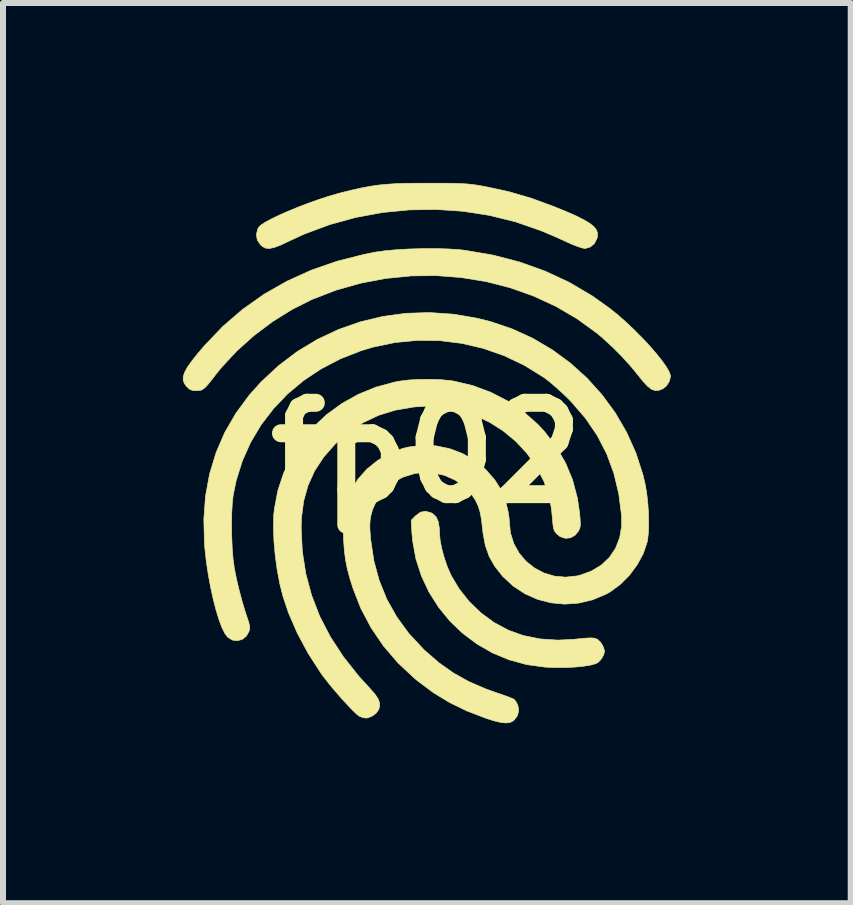
<source format=kicad_pcb>
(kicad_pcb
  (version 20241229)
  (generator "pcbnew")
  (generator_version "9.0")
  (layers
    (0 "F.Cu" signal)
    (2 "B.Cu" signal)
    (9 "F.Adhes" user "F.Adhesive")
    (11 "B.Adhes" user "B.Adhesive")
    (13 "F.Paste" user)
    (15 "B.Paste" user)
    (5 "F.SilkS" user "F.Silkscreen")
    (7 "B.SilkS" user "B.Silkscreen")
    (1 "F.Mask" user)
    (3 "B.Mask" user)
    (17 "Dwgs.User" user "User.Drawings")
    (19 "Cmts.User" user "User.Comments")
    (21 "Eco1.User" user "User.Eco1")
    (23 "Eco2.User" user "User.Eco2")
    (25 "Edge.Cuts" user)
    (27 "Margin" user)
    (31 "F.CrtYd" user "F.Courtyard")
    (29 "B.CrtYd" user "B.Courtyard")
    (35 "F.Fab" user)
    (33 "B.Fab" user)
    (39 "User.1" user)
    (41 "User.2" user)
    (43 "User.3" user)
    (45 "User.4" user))
  (footprint "fp02"
    (layer "F.Cu")
    (at 4.067 4.501)
    (property "Reference" "fp02" (at 0 0 0) (layer "F.SilkS") (effects (font (size 1.524 1.524) (thickness 0.3))))
    (attr through_hole)
    (fp_poly (pts (xy 0.07 0.999) (xy 0.099 1.015) (xy 0.155 1.067) (xy 0.191 1.147) (xy 0.209 1.258) (xy 0.212 1.336) (xy 0.222 1.455) (xy 0.249 1.597) (xy 0.291 1.75) (xy 0.343 1.902) (xy 0.403 2.038) (xy 0.404 2.041) (xy 0.541 2.272) (xy 0.71 2.484) (xy 0.906 2.672) (xy 1.124 2.831) (xy 1.359 2.957) (xy 1.605 3.046) (xy 1.606 3.046) (xy 1.888 3.103) (xy 2.183 3.123) (xy 2.448 3.11) (xy 2.575 3.097) (xy 2.668 3.089) (xy 2.733 3.086) (xy 2.78 3.089) (xy 2.815 3.097) (xy 2.845 3.11) (xy 2.849 3.113) (xy 2.895 3.155) (xy 2.936 3.22) (xy 2.96 3.289) (xy 2.963 3.316) (xy 2.947 3.375) (xy 2.908 3.441) (xy 2.858 3.494) (xy 2.824 3.514) (xy 2.731 3.54) (xy 2.604 3.56) (xy 2.454 3.574) (xy 2.288 3.581) (xy 2.117 3.58) (xy 1.968 3.573) (xy 1.664 3.531) (xy 1.371 3.451) (xy 1.094 3.336) (xy 0.836 3.187) (xy 0.598 3.009) (xy 0.384 2.804) (xy 0.196 2.574) (xy 0.037 2.323) (xy -0.09 2.053) (xy -0.182 1.767) (xy -0.236 1.468) (xy -0.248 1.34) (xy -0.26 1.124) (xy -0.185 1.049) (xy -0.105 0.99) (xy -0.02 0.974) (xy 0.07 0.999)) (stroke (width 0.01) (type solid)) (fill yes) (layer "F.SilkS"))
    (fp_poly (pts (xy 0.208 -4.496) (xy 0.359 -4.495) (xy 0.482 -4.493) (xy 0.582 -4.489) (xy 0.668 -4.484) (xy 0.746 -4.476) (xy 0.822 -4.466) (xy 0.904 -4.452) (xy 0.974 -4.44) (xy 1.363 -4.356) (xy 1.744 -4.245) (xy 2.127 -4.104) (xy 2.328 -4.022) (xy 2.491 -3.95) (xy 2.62 -3.885) (xy 2.717 -3.827) (xy 2.785 -3.773) (xy 2.827 -3.72) (xy 2.847 -3.666) (xy 2.846 -3.61) (xy 2.839 -3.577) (xy 2.795 -3.491) (xy 2.728 -3.433) (xy 2.645 -3.408) (xy 2.635 -3.408) (xy 2.587 -3.417) (xy 2.512 -3.442) (xy 2.419 -3.478) (xy 2.336 -3.516) (xy 2.217 -3.57) (xy 2.085 -3.628) (xy 1.959 -3.682) (xy 1.894 -3.708) (xy 1.477 -3.853) (xy 1.046 -3.959) (xy 0.604 -4.028) (xy 0.156 -4.058) (xy -0.293 -4.051) (xy -0.742 -4.007) (xy -1.184 -3.925) (xy -1.618 -3.806) (xy -2.038 -3.65) (xy -2.31 -3.525) (xy -2.44 -3.463) (xy -2.542 -3.425) (xy -2.621 -3.408) (xy -2.684 -3.412) (xy -2.737 -3.438) (xy -2.774 -3.47) (xy -2.827 -3.55) (xy -2.842 -3.641) (xy -2.818 -3.734) (xy -2.802 -3.763) (xy -2.762 -3.801) (xy -2.687 -3.849) (xy -2.583 -3.904) (xy -2.455 -3.966) (xy -2.309 -4.03) (xy -2.149 -4.096) (xy -1.982 -4.16) (xy -1.814 -4.22) (xy -1.649 -4.274) (xy -1.493 -4.32) (xy -1.425 -4.338) (xy -1.247 -4.382) (xy -1.09 -4.417) (xy -0.945 -4.444) (xy -0.805 -4.465) (xy -0.66 -4.479) (xy -0.503 -4.489) (xy -0.325 -4.494) (xy -0.118 -4.496) (xy 0.021 -4.496) (xy 0.208 -4.496)) (stroke (width 0.01) (type solid)) (fill yes) (layer "F.SilkS"))
    (fp_poly (pts (xy 0.356 -3.4) (xy 0.541 -3.388) (xy 0.635 -3.377) (xy 1.105 -3.297) (xy 1.551 -3.181) (xy 1.975 -3.029) (xy 2.376 -2.842) (xy 2.755 -2.619) (xy 3.051 -2.408) (xy 3.188 -2.298) (xy 3.327 -2.175) (xy 3.464 -2.045) (xy 3.596 -1.912) (xy 3.719 -1.78) (xy 3.829 -1.653) (xy 3.922 -1.536) (xy 3.995 -1.433) (xy 4.043 -1.348) (xy 4.064 -1.285) (xy 4.064 -1.277) (xy 4.045 -1.194) (xy 3.997 -1.117) (xy 3.938 -1.069) (xy 3.869 -1.042) (xy 3.807 -1.038) (xy 3.745 -1.061) (xy 3.679 -1.113) (xy 3.601 -1.197) (xy 3.537 -1.278) (xy 3.408 -1.436) (xy 3.256 -1.604) (xy 3.091 -1.769) (xy 2.928 -1.919) (xy 2.84 -1.993) (xy 2.507 -2.235) (xy 2.153 -2.442) (xy 1.779 -2.615) (xy 1.389 -2.753) (xy 0.987 -2.856) (xy 0.575 -2.923) (xy 0.157 -2.955) (xy -0.264 -2.95) (xy -0.685 -2.908) (xy -1.102 -2.829) (xy -1.512 -2.713) (xy -1.913 -2.558) (xy -1.916 -2.557) (xy -2.248 -2.39) (xy -2.572 -2.188) (xy -2.881 -1.956) (xy -3.167 -1.7) (xy -3.422 -1.426) (xy -3.514 -1.312) (xy -3.593 -1.21) (xy -3.652 -1.137) (xy -3.698 -1.088) (xy -3.735 -1.059) (xy -3.769 -1.043) (xy -3.806 -1.038) (xy -3.843 -1.037) (xy -3.912 -1.042) (xy -3.96 -1.064) (xy -4.003 -1.103) (xy -4.042 -1.155) (xy -4.062 -1.209) (xy -4.062 -1.27) (xy -4.039 -1.341) (xy -3.993 -1.426) (xy -3.92 -1.529) (xy -3.821 -1.654) (xy -3.702 -1.793) (xy -3.399 -2.11) (xy -3.069 -2.394) (xy -2.713 -2.645) (xy -2.332 -2.862) (xy -1.926 -3.046) (xy -1.494 -3.196) (xy -1.038 -3.311) (xy -0.857 -3.347) (xy -0.697 -3.369) (xy -0.505 -3.387) (xy -0.293 -3.399) (xy -0.072 -3.405) (xy 0.148 -3.406) (xy 0.356 -3.4)) (stroke (width 0.01) (type solid)) (fill yes) (layer "F.SilkS"))
    (fp_poly (pts (xy 0.231 -1.22) (xy 0.39 -1.205) (xy 0.451 -1.196) (xy 0.767 -1.121) (xy 1.07 -1.008) (xy 1.355 -0.861) (xy 1.618 -0.681) (xy 1.854 -0.472) (xy 1.96 -0.358) (xy 2.156 -0.102) (xy 2.313 0.167) (xy 2.431 0.452) (xy 2.511 0.754) (xy 2.546 0.99) (xy 2.556 1.096) (xy 2.56 1.17) (xy 2.559 1.221) (xy 2.551 1.258) (xy 2.536 1.292) (xy 2.532 1.3) (xy 2.471 1.376) (xy 2.393 1.418) (xy 2.307 1.425) (xy 2.222 1.396) (xy 2.174 1.358) (xy 2.144 1.326) (xy 2.124 1.292) (xy 2.111 1.248) (xy 2.102 1.181) (xy 2.094 1.086) (xy 2.083 0.976) (xy 2.067 0.864) (xy 2.049 0.768) (xy 2.042 0.74) (xy 1.954 0.478) (xy 1.829 0.234) (xy 1.672 0.011) (xy 1.487 -0.189) (xy 1.276 -0.364) (xy 1.044 -0.511) (xy 0.794 -0.628) (xy 0.529 -0.713) (xy 0.253 -0.763) (xy -0.03 -0.777) (xy -0.22 -0.764) (xy -0.524 -0.712) (xy -0.803 -0.626) (xy -1.062 -0.504) (xy -1.301 -0.346) (xy -1.525 -0.15) (xy -1.535 -0.139) (xy -1.722 0.074) (xy -1.87 0.301) (xy -1.98 0.543) (xy -2.053 0.803) (xy -2.09 1.083) (xy -2.095 1.253) (xy -2.076 1.641) (xy -2.018 2.015) (xy -1.921 2.376) (xy -1.785 2.727) (xy -1.609 3.067) (xy -1.392 3.399) (xy -1.135 3.724) (xy -0.957 3.919) (xy -0.871 4.016) (xy -0.816 4.095) (xy -0.789 4.163) (xy -0.787 4.227) (xy -0.802 4.281) (xy -0.843 4.339) (xy -0.909 4.389) (xy -0.982 4.419) (xy -1.016 4.423) (xy -1.074 4.412) (xy -1.126 4.391) (xy -1.167 4.36) (xy -1.229 4.301) (xy -1.306 4.222) (xy -1.393 4.128) (xy -1.484 4.024) (xy -1.575 3.918) (xy -1.659 3.815) (xy -1.731 3.722) (xy -1.76 3.682) (xy -1.975 3.35) (xy -2.158 3.01) (xy -2.306 2.669) (xy -2.399 2.391) (xy -2.452 2.18) (xy -2.495 1.949) (xy -2.528 1.708) (xy -2.549 1.469) (xy -2.557 1.242) (xy -2.552 1.037) (xy -2.542 0.938) (xy -2.484 0.63) (xy -2.387 0.337) (xy -2.254 0.061) (xy -2.089 -0.195) (xy -1.893 -0.429) (xy -1.668 -0.639) (xy -1.418 -0.821) (xy -1.145 -0.974) (xy -0.852 -1.094) (xy -0.54 -1.179) (xy -0.451 -1.196) (xy -0.304 -1.214) (xy -0.132 -1.224) (xy 0.051 -1.226) (xy 0.231 -1.22)) (stroke (width 0.01) (type solid)) (fill yes) (layer "F.SilkS"))
    (fp_poly (pts (xy 0.445 -2.312) (xy 0.842 -2.244) (xy 1.058 -2.19) (xy 1.423 -2.067) (xy 1.77 -1.908) (xy 2.095 -1.716) (xy 2.398 -1.493) (xy 2.676 -1.241) (xy 2.926 -0.963) (xy 3.146 -0.662) (xy 3.333 -0.34) (xy 3.486 0.001) (xy 3.602 0.358) (xy 3.641 0.524) (xy 3.667 0.672) (xy 3.685 0.836) (xy 3.697 1.006) (xy 3.7 1.172) (xy 3.696 1.322) (xy 3.683 1.446) (xy 3.674 1.49) (xy 3.61 1.68) (xy 3.509 1.866) (xy 3.38 2.04) (xy 3.228 2.193) (xy 3.06 2.317) (xy 2.991 2.356) (xy 2.764 2.451) (xy 2.532 2.506) (xy 2.299 2.523) (xy 2.069 2.501) (xy 1.846 2.443) (xy 1.636 2.35) (xy 1.441 2.222) (xy 1.266 2.06) (xy 1.132 1.89) (xy 1.04 1.727) (xy 0.976 1.545) (xy 0.937 1.337) (xy 0.93 1.273) (xy 0.912 1.115) (xy 0.889 0.989) (xy 0.857 0.886) (xy 0.814 0.796) (xy 0.757 0.708) (xy 0.755 0.706) (xy 0.626 0.565) (xy 0.471 0.454) (xy 0.297 0.376) (xy 0.111 0.334) (xy -0.082 0.329) (xy -0.207 0.346) (xy -0.401 0.407) (xy -0.571 0.499) (xy -0.713 0.622) (xy -0.825 0.771) (xy -0.904 0.944) (xy -0.934 1.053) (xy -0.945 1.125) (xy -0.95 1.202) (xy -0.948 1.294) (xy -0.939 1.415) (xy -0.936 1.444) (xy -0.884 1.796) (xy -0.794 2.128) (xy -0.667 2.441) (xy -0.502 2.735) (xy -0.299 3.013) (xy -0.056 3.274) (xy -0.028 3.301) (xy 0.204 3.502) (xy 0.445 3.672) (xy 0.703 3.816) (xy 0.988 3.939) (xy 1.172 4.004) (xy 1.272 4.038) (xy 1.358 4.069) (xy 1.423 4.095) (xy 1.457 4.112) (xy 1.458 4.113) (xy 1.487 4.149) (xy 1.515 4.203) (xy 1.518 4.209) (xy 1.533 4.297) (xy 1.511 4.384) (xy 1.455 4.458) (xy 1.446 4.466) (xy 1.394 4.494) (xy 1.328 4.505) (xy 1.243 4.498) (xy 1.132 4.472) (xy 0.99 4.428) (xy 0.98 4.424) (xy 0.665 4.303) (xy 0.38 4.164) (xy 0.112 4.001) (xy -0.148 3.807) (xy -0.209 3.757) (xy -0.482 3.501) (xy -0.723 3.22) (xy -0.93 2.915) (xy -1.101 2.591) (xy -1.228 2.267) (xy -1.285 2.087) (xy -1.326 1.931) (xy -1.355 1.784) (xy -1.375 1.632) (xy -1.387 1.46) (xy -1.39 1.376) (xy -1.394 1.209) (xy -1.392 1.075) (xy -1.381 0.963) (xy -1.36 0.863) (xy -1.328 0.767) (xy -1.282 0.663) (xy -1.265 0.629) (xy -1.149 0.441) (xy -0.999 0.272) (xy -0.821 0.128) (xy -0.622 0.012) (xy -0.406 -0.072) (xy -0.31 -0.096) (xy -0.076 -0.126) (xy 0.156 -0.116) (xy 0.383 -0.069) (xy 0.598 0.013) (xy 0.798 0.128) (xy 0.977 0.273) (xy 1.13 0.447) (xy 1.219 0.584) (xy 1.273 0.7) (xy 1.32 0.835) (xy 1.355 0.974) (xy 1.374 1.101) (xy 1.376 1.145) (xy 1.395 1.337) (xy 1.451 1.514) (xy 1.539 1.672) (xy 1.655 1.809) (xy 1.795 1.92) (xy 1.954 2.004) (xy 2.128 2.056) (xy 2.313 2.073) (xy 2.504 2.053) (xy 2.55 2.042) (xy 2.744 1.972) (xy 2.91 1.872) (xy 3.045 1.744) (xy 3.148 1.591) (xy 3.216 1.416) (xy 3.249 1.22) (xy 3.248 1.048) (xy 3.201 0.683) (xy 3.119 0.34) (xy 3 0.017) (xy 2.843 -0.287) (xy 2.648 -0.574) (xy 2.414 -0.846) (xy 2.361 -0.901) (xy 2.263 -0.995) (xy 2.158 -1.09) (xy 2.058 -1.176) (xy 1.972 -1.243) (xy 1.954 -1.256) (xy 1.63 -1.457) (xy 1.291 -1.619) (xy 0.94 -1.742) (xy 0.579 -1.826) (xy 0.211 -1.871) (xy -0.159 -1.875) (xy -0.531 -1.839) (xy -0.899 -1.762) (xy -1.098 -1.702) (xy -1.44 -1.568) (xy -1.759 -1.402) (xy -2.053 -1.207) (xy -2.32 -0.984) (xy -2.558 -0.735) (xy -2.765 -0.464) (xy -2.939 -0.172) (xy -3.077 0.138) (xy -3.179 0.464) (xy -3.229 0.709) (xy -3.244 0.846) (xy -3.253 1.014) (xy -3.256 1.201) (xy -3.253 1.396) (xy -3.245 1.587) (xy -3.231 1.763) (xy -3.211 1.913) (xy -3.207 1.937) (xy -3.175 2.098) (xy -3.132 2.279) (xy -3.083 2.464) (xy -3.032 2.636) (xy -2.995 2.749) (xy -2.967 2.833) (xy -2.954 2.891) (xy -2.954 2.936) (xy -2.964 2.976) (xy -3.01 3.057) (xy -3.078 3.111) (xy -3.159 3.133) (xy -3.243 3.122) (xy -3.32 3.075) (xy -3.321 3.074) (xy -3.368 3.01) (xy -3.418 2.909) (xy -3.467 2.776) (xy -3.516 2.617) (xy -3.562 2.437) (xy -3.605 2.242) (xy -3.643 2.035) (xy -3.675 1.824) (xy -3.699 1.613) (xy -3.708 1.508) (xy -3.718 1.107) (xy -3.69 0.722) (xy -3.622 0.353) (xy -3.515 -0.00044) (xy -3.37 -0.337) (xy -3.185 -0.657) (xy -2.962 -0.96) (xy -2.763 -1.182) (xy -2.471 -1.454) (xy -2.157 -1.691) (xy -1.823 -1.892) (xy -1.472 -2.057) (xy -1.107 -2.185) (xy -0.73 -2.275) (xy -0.344 -2.327) (xy 0.049 -2.339) (xy 0.445 -2.312)) (stroke (width 0.01) (type solid)) (fill yes) (layer "F.SilkS")))
  (gr_rect
    (start -3 -3)
    (end 11.136 12.011)
    (stroke (width 0.1) (type default))
    (fill no)
    (layer "Edge.Cuts")))
</source>
